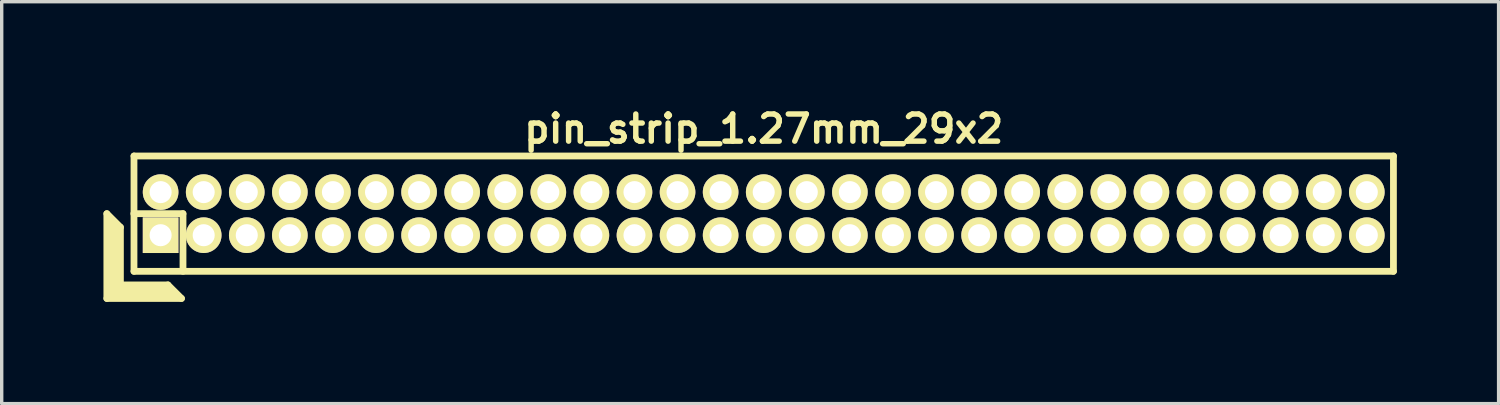
<source format=kicad_pcb>
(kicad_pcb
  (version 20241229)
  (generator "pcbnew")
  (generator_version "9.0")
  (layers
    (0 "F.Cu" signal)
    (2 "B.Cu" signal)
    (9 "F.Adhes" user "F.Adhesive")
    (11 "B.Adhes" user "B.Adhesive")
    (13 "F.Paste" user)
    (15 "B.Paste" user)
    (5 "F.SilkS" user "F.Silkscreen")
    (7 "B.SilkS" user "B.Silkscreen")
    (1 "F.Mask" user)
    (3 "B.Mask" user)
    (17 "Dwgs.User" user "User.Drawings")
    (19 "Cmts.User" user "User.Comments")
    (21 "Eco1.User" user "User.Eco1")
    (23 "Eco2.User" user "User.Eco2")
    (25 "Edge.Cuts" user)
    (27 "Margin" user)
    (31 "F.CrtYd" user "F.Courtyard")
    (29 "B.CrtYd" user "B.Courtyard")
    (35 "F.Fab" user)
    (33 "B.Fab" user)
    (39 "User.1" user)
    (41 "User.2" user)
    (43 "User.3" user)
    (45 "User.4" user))
  (footprint "pin_strip_1.27mm_29x2"
    (layer "F.Cu")
    (at 19.465 3.249)
    (property "Reference" "pin_strip_1.27mm_29x2" (at 0 -2.5 0) (layer "F.SilkS") (effects (font (size 0.8 0.8) (thickness 0.16))))
    (attr through_hole)
    (fp_line (start -19.365 0) (end -19.365 2.5) (stroke (width 0.2) (type solid)) (layer "F.SilkS"))
    (fp_line (start -19.365 0) (end -18.965 0.4) (stroke (width 0.2) (type solid)) (layer "F.SilkS"))
    (fp_line (start -19.365 2.5) (end -17.165 2.5) (stroke (width 0.2) (type solid)) (layer "F.SilkS"))
    (fp_line (start -19.265 2.4) (end -19.265 0.2) (stroke (width 0.2) (type solid)) (layer "F.SilkS"))
    (fp_line (start -19.265 2.4) (end -17.365 2.4) (stroke (width 0.2) (type solid)) (layer "F.SilkS"))
    (fp_line (start -19.165 2.3) (end -19.165 0.3) (stroke (width 0.2) (type solid)) (layer "F.SilkS"))
    (fp_line (start -19.165 2.3) (end -17.465 2.3) (stroke (width 0.2) (type solid)) (layer "F.SilkS"))
    (fp_line (start -19.065 2.2) (end -19.065 0.4) (stroke (width 0.2) (type solid)) (layer "F.SilkS"))
    (fp_line (start -19.065 2.2) (end -17.565 2.2) (stroke (width 0.2) (type solid)) (layer "F.SilkS"))
    (fp_line (start -18.965 2.1) (end -18.965 0.4) (stroke (width 0.2) (type solid)) (layer "F.SilkS"))
    (fp_line (start -18.965 2.1) (end -17.565 2.1) (stroke (width 0.2) (type solid)) (layer "F.SilkS"))
    (fp_line (start -18.57 0) (end -17.12 0) (stroke (width 0.2) (type solid)) (layer "F.SilkS"))
    (fp_line (start -18.565 -1.7) (end 18.565 -1.7) (stroke (width 0.2) (type solid)) (layer "F.SilkS"))
    (fp_line (start -18.565 1.7) (end -18.565 -1.7) (stroke (width 0.2) (type solid)) (layer "F.SilkS"))
    (fp_line (start -17.565 2.1) (end -17.165 2.5) (stroke (width 0.2) (type solid)) (layer "F.SilkS"))
    (fp_line (start -17.12 0) (end -17.12 1.7) (stroke (width 0.2) (type solid)) (layer "F.SilkS"))
    (fp_line (start 18.565 -1.7) (end 18.565 1.7) (stroke (width 0.2) (type solid)) (layer "F.SilkS"))
    (fp_line (start 18.565 1.7) (end -18.565 1.7) (stroke (width 0.2) (type solid)) (layer "F.SilkS"))
    (pad "1" thru_hole rect (at -17.78 0.635) (size 1.05 1.05) (drill 0.65) (layers "*.Cu" "*.Mask" "F.SilkS"))
    (pad "2" thru_hole oval (at -17.78 -0.635) (size 1.05 1.05) (drill 0.65) (layers "*.Cu" "*.Mask" "F.SilkS"))
    (pad "3" thru_hole oval (at -16.51 0.635) (size 1.05 1.05) (drill 0.65) (layers "*.Cu" "*.Mask" "F.SilkS"))
    (pad "4" thru_hole oval (at -16.51 -0.635) (size 1.05 1.05) (drill 0.65) (layers "*.Cu" "*.Mask" "F.SilkS"))
    (pad "5" thru_hole oval (at -15.24 0.635) (size 1.05 1.05) (drill 0.65) (layers "*.Cu" "*.Mask" "F.SilkS"))
    (pad "6" thru_hole oval (at -15.24 -0.635) (size 1.05 1.05) (drill 0.65) (layers "*.Cu" "*.Mask" "F.SilkS"))
    (pad "7" thru_hole oval (at -13.97 0.635) (size 1.05 1.05) (drill 0.65) (layers "*.Cu" "*.Mask" "F.SilkS"))
    (pad "8" thru_hole oval (at -13.97 -0.635) (size 1.05 1.05) (drill 0.65) (layers "*.Cu" "*.Mask" "F.SilkS"))
    (pad "9" thru_hole oval (at -12.7 0.635) (size 1.05 1.05) (drill 0.65) (layers "*.Cu" "*.Mask" "F.SilkS"))
    (pad "10" thru_hole oval (at -12.7 -0.635) (size 1.05 1.05) (drill 0.65) (layers "*.Cu" "*.Mask" "F.SilkS"))
    (pad "11" thru_hole oval (at -11.43 0.635) (size 1.05 1.05) (drill 0.65) (layers "*.Cu" "*.Mask" "F.SilkS"))
    (pad "12" thru_hole oval (at -11.43 -0.635) (size 1.05 1.05) (drill 0.65) (layers "*.Cu" "*.Mask" "F.SilkS"))
    (pad "13" thru_hole oval (at -10.16 0.635) (size 1.05 1.05) (drill 0.65) (layers "*.Cu" "*.Mask" "F.SilkS"))
    (pad "14" thru_hole oval (at -10.16 -0.635) (size 1.05 1.05) (drill 0.65) (layers "*.Cu" "*.Mask" "F.SilkS"))
    (pad "15" thru_hole oval (at -8.89 0.635) (size 1.05 1.05) (drill 0.65) (layers "*.Cu" "*.Mask" "F.SilkS"))
    (pad "16" thru_hole oval (at -8.89 -0.635) (size 1.05 1.05) (drill 0.65) (layers "*.Cu" "*.Mask" "F.SilkS"))
    (pad "17" thru_hole oval (at -7.62 0.635) (size 1.05 1.05) (drill 0.65) (layers "*.Cu" "*.Mask" "F.SilkS"))
    (pad "18" thru_hole oval (at -7.62 -0.635) (size 1.05 1.05) (drill 0.65) (layers "*.Cu" "*.Mask" "F.SilkS"))
    (pad "19" thru_hole oval (at -6.35 0.635) (size 1.05 1.05) (drill 0.65) (layers "*.Cu" "*.Mask" "F.SilkS"))
    (pad "20" thru_hole oval (at -6.35 -0.635) (size 1.05 1.05) (drill 0.65) (layers "*.Cu" "*.Mask" "F.SilkS"))
    (pad "21" thru_hole oval (at -5.08 0.635) (size 1.05 1.05) (drill 0.65) (layers "*.Cu" "*.Mask" "F.SilkS"))
    (pad "22" thru_hole oval (at -5.08 -0.635) (size 1.05 1.05) (drill 0.65) (layers "*.Cu" "*.Mask" "F.SilkS"))
    (pad "23" thru_hole oval (at -3.81 0.635) (size 1.05 1.05) (drill 0.65) (layers "*.Cu" "*.Mask" "F.SilkS"))
    (pad "24" thru_hole oval (at -3.81 -0.635) (size 1.05 1.05) (drill 0.65) (layers "*.Cu" "*.Mask" "F.SilkS"))
    (pad "25" thru_hole oval (at -2.54 0.635) (size 1.05 1.05) (drill 0.65) (layers "*.Cu" "*.Mask" "F.SilkS"))
    (pad "26" thru_hole oval (at -2.54 -0.635) (size 1.05 1.05) (drill 0.65) (layers "*.Cu" "*.Mask" "F.SilkS"))
    (pad "27" thru_hole oval (at -1.27 0.635) (size 1.05 1.05) (drill 0.65) (layers "*.Cu" "*.Mask" "F.SilkS"))
    (pad "28" thru_hole oval (at -1.27 -0.635) (size 1.05 1.05) (drill 0.65) (layers "*.Cu" "*.Mask" "F.SilkS"))
    (pad "29" thru_hole oval (at 0 0.635) (size 1.05 1.05) (drill 0.65) (layers "*.Cu" "*.Mask" "F.SilkS"))
    (pad "30" thru_hole oval (at 0 -0.635) (size 1.05 1.05) (drill 0.65) (layers "*.Cu" "*.Mask" "F.SilkS"))
    (pad "31" thru_hole oval (at 1.27 0.635) (size 1.05 1.05) (drill 0.65) (layers "*.Cu" "*.Mask" "F.SilkS"))
    (pad "32" thru_hole oval (at 1.27 -0.635) (size 1.05 1.05) (drill 0.65) (layers "*.Cu" "*.Mask" "F.SilkS"))
    (pad "33" thru_hole oval (at 2.54 0.635) (size 1.05 1.05) (drill 0.65) (layers "*.Cu" "*.Mask" "F.SilkS"))
    (pad "34" thru_hole oval (at 2.54 -0.635) (size 1.05 1.05) (drill 0.65) (layers "*.Cu" "*.Mask" "F.SilkS"))
    (pad "35" thru_hole oval (at 3.81 0.635) (size 1.05 1.05) (drill 0.65) (layers "*.Cu" "*.Mask" "F.SilkS"))
    (pad "36" thru_hole oval (at 3.81 -0.635) (size 1.05 1.05) (drill 0.65) (layers "*.Cu" "*.Mask" "F.SilkS"))
    (pad "37" thru_hole oval (at 5.08 0.635) (size 1.05 1.05) (drill 0.65) (layers "*.Cu" "*.Mask" "F.SilkS"))
    (pad "38" thru_hole oval (at 5.08 -0.635) (size 1.05 1.05) (drill 0.65) (layers "*.Cu" "*.Mask" "F.SilkS"))
    (pad "39" thru_hole oval (at 6.35 0.635) (size 1.05 1.05) (drill 0.65) (layers "*.Cu" "*.Mask" "F.SilkS"))
    (pad "40" thru_hole oval (at 6.35 -0.635) (size 1.05 1.05) (drill 0.65) (layers "*.Cu" "*.Mask" "F.SilkS"))
    (pad "41" thru_hole oval (at 7.62 0.635) (size 1.05 1.05) (drill 0.65) (layers "*.Cu" "*.Mask" "F.SilkS"))
    (pad "42" thru_hole oval (at 7.62 -0.635) (size 1.05 1.05) (drill 0.65) (layers "*.Cu" "*.Mask" "F.SilkS"))
    (pad "43" thru_hole oval (at 8.89 0.635) (size 1.05 1.05) (drill 0.65) (layers "*.Cu" "*.Mask" "F.SilkS"))
    (pad "44" thru_hole oval (at 8.89 -0.635) (size 1.05 1.05) (drill 0.65) (layers "*.Cu" "*.Mask" "F.SilkS"))
    (pad "45" thru_hole oval (at 10.16 0.635) (size 1.05 1.05) (drill 0.65) (layers "*.Cu" "*.Mask" "F.SilkS"))
    (pad "46" thru_hole oval (at 10.16 -0.635) (size 1.05 1.05) (drill 0.65) (layers "*.Cu" "*.Mask" "F.SilkS"))
    (pad "47" thru_hole oval (at 11.43 0.635) (size 1.05 1.05) (drill 0.65) (layers "*.Cu" "*.Mask" "F.SilkS"))
    (pad "48" thru_hole oval (at 11.43 -0.635) (size 1.05 1.05) (drill 0.65) (layers "*.Cu" "*.Mask" "F.SilkS"))
    (pad "49" thru_hole oval (at 12.7 0.635) (size 1.05 1.05) (drill 0.65) (layers "*.Cu" "*.Mask" "F.SilkS"))
    (pad "50" thru_hole oval (at 12.7 -0.635) (size 1.05 1.05) (drill 0.65) (layers "*.Cu" "*.Mask" "F.SilkS"))
    (pad "51" thru_hole circle (at 13.97 0.635) (size 1.05 1.05) (drill 0.65) (layers "*.Cu" "*.Mask" "F.SilkS"))
    (pad "52" thru_hole oval (at 13.97 -0.635) (size 1.05 1.05) (drill 0.65) (layers "*.Cu" "*.Mask" "F.SilkS"))
    (pad "53" thru_hole oval (at 15.24 0.635) (size 1.05 1.05) (drill 0.65) (layers "*.Cu" "*.Mask" "F.SilkS"))
    (pad "54" thru_hole oval (at 15.24 -0.635) (size 1.05 1.05) (drill 0.65) (layers "*.Cu" "*.Mask" "F.SilkS"))
    (pad "55" thru_hole oval (at 16.51 0.635) (size 1.05 1.05) (drill 0.65) (layers "*.Cu" "*.Mask" "F.SilkS"))
    (pad "56" thru_hole oval (at 16.51 -0.635) (size 1.05 1.05) (drill 0.65) (layers "*.Cu" "*.Mask" "F.SilkS"))
    (pad "57" thru_hole oval (at 17.78 0.635) (size 1.05 1.05) (drill 0.65) (layers "*.Cu" "*.Mask" "F.SilkS"))
    (pad "58" thru_hole oval (at 17.78 -0.635) (size 1.05 1.05) (drill 0.65) (layers "*.Cu" "*.Mask" "F.SilkS")))
  (gr_rect
    (start -3 -3)
    (end 41.13 8.849)
    (stroke (width 0.1) (type default))
    (fill no)
    (layer "Edge.Cuts")))
</source>
